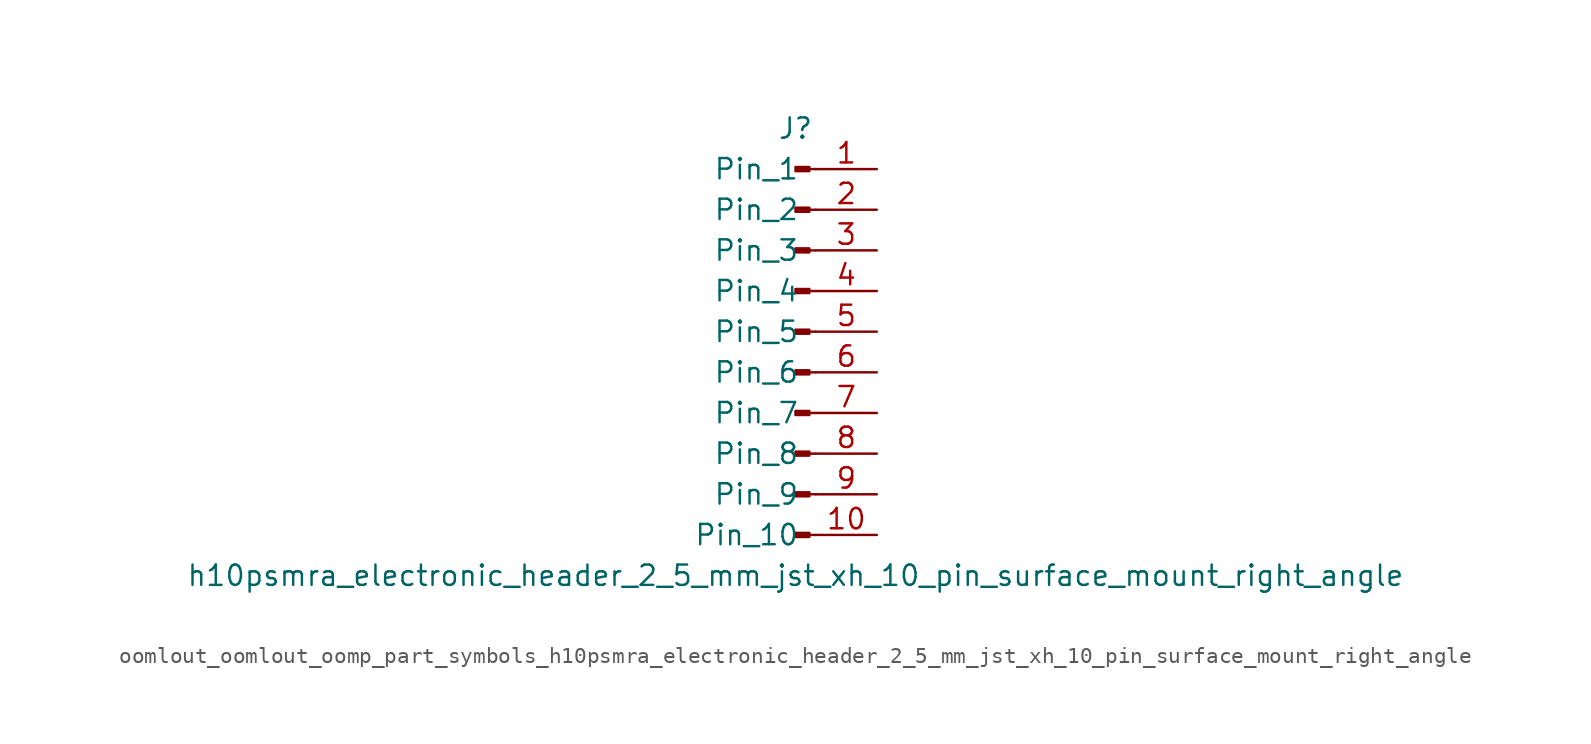
<source format=kicad_sym>
(kicad_symbol_lib
  (version 20220914)
  (generator kicad_symbol_editor)
  (symbol "oomlout_oomlout_oomp_part_symbols_h10psmra_electronic_header_2_5_mm_jst_xh_10_pin_surface_mount_right_angle"
    (pin_names
      (offset 1.016))
    (property "Reference" "J"
      (at 0 12.7 0)
      (effects (font (size 1.27 1.27))))
    (property "Value" "h10psmra_electronic_header_2_5_mm_jst_xh_10_pin_surface_mount_right_angle"
      (at 0 -15.24 0)
      (effects (font (size 1.27 1.27))))
    (property "ki_locked" ""
      (at 0 0 0)
      (effects (font (size 1.27 1.27))))
    (symbol "oomlout_oomlout_oomp_part_symbols_h10psmra_electronic_header_2_5_mm_jst_xh_10_pin_surface_mount_right_angle_1_1"
      (polyline (pts (xy 1.27 -12.7) (xy 0.864 -12.7)) (stroke (width 0.152) (type default)) (fill (type none)))
      (polyline (pts (xy 1.27 -10.16) (xy 0.864 -10.16)) (stroke (width 0.152) (type default)) (fill (type none)))
      (polyline (pts (xy 1.27 -7.62) (xy 0.864 -7.62)) (stroke (width 0.152) (type default)) (fill (type none)))
      (polyline (pts (xy 1.27 -5.08) (xy 0.864 -5.08)) (stroke (width 0.152) (type default)) (fill (type none)))
      (polyline (pts (xy 1.27 -2.54) (xy 0.864 -2.54)) (stroke (width 0.152) (type default)) (fill (type none)))
      (polyline (pts (xy 1.27 0) (xy 0.864 0)) (stroke (width 0.152) (type default)) (fill (type none)))
      (polyline (pts (xy 1.27 2.54) (xy 0.864 2.54)) (stroke (width 0.152) (type default)) (fill (type none)))
      (polyline (pts (xy 1.27 5.08) (xy 0.864 5.08)) (stroke (width 0.152) (type default)) (fill (type none)))
      (polyline (pts (xy 1.27 7.62) (xy 0.864 7.62)) (stroke (width 0.152) (type default)) (fill (type none)))
      (polyline (pts (xy 1.27 10.16) (xy 0.864 10.16)) (stroke (width 0.152) (type default)) (fill (type none)))
      (rectangle (start 0.864 -12.573) (end 0 -12.827) (stroke (width 0.152) (type default)) (fill (type outline)))
      (rectangle (start 0.864 -10.033) (end 0 -10.287) (stroke (width 0.152) (type default)) (fill (type outline)))
      (rectangle (start 0.864 -7.493) (end 0 -7.747) (stroke (width 0.152) (type default)) (fill (type outline)))
      (rectangle (start 0.864 -4.953) (end 0 -5.207) (stroke (width 0.152) (type default)) (fill (type outline)))
      (rectangle (start 0.864 -2.413) (end 0 -2.667) (stroke (width 0.152) (type default)) (fill (type outline)))
      (rectangle (start 0.864 0.127) (end 0 -0.127) (stroke (width 0.152) (type default)) (fill (type outline)))
      (rectangle (start 0.864 2.667) (end 0 2.413) (stroke (width 0.152) (type default)) (fill (type outline)))
      (rectangle (start 0.864 5.207) (end 0 4.953) (stroke (width 0.152) (type default)) (fill (type outline)))
      (rectangle (start 0.864 7.747) (end 0 7.493) (stroke (width 0.152) (type default)) (fill (type outline)))
      (rectangle (start 0.864 10.287) (end 0 10.033) (stroke (width 0.152) (type default)) (fill (type outline)))
      (pin passive line (at 5.08 10.16 180) (length 3.81) (name "Pin_1" (effects (font (size 1.27 1.27)))) (number "1" (effects (font (size 1.27 1.27)))))
      (pin passive line (at 5.08 -12.7 180) (length 3.81) (name "Pin_10" (effects (font (size 1.27 1.27)))) (number "10" (effects (font (size 1.27 1.27)))))
      (pin passive line (at 5.08 7.62 180) (length 3.81) (name "Pin_2" (effects (font (size 1.27 1.27)))) (number "2" (effects (font (size 1.27 1.27)))))
      (pin passive line (at 5.08 5.08 180) (length 3.81) (name "Pin_3" (effects (font (size 1.27 1.27)))) (number "3" (effects (font (size 1.27 1.27)))))
      (pin passive line (at 5.08 2.54 180) (length 3.81) (name "Pin_4" (effects (font (size 1.27 1.27)))) (number "4" (effects (font (size 1.27 1.27)))))
      (pin passive line (at 5.08 0 180) (length 3.81) (name "Pin_5" (effects (font (size 1.27 1.27)))) (number "5" (effects (font (size 1.27 1.27)))))
      (pin passive line (at 5.08 -2.54 180) (length 3.81) (name "Pin_6" (effects (font (size 1.27 1.27)))) (number "6" (effects (font (size 1.27 1.27)))))
      (pin passive line (at 5.08 -5.08 180) (length 3.81) (name "Pin_7" (effects (font (size 1.27 1.27)))) (number "7" (effects (font (size 1.27 1.27)))))
      (pin passive line (at 5.08 -7.62 180) (length 3.81) (name "Pin_8" (effects (font (size 1.27 1.27)))) (number "8" (effects (font (size 1.27 1.27)))))
      (pin passive line (at 5.08 -10.16 180) (length 3.81) (name "Pin_9" (effects (font (size 1.27 1.27)))) (number "9" (effects (font (size 1.27 1.27))))))))
</source>
